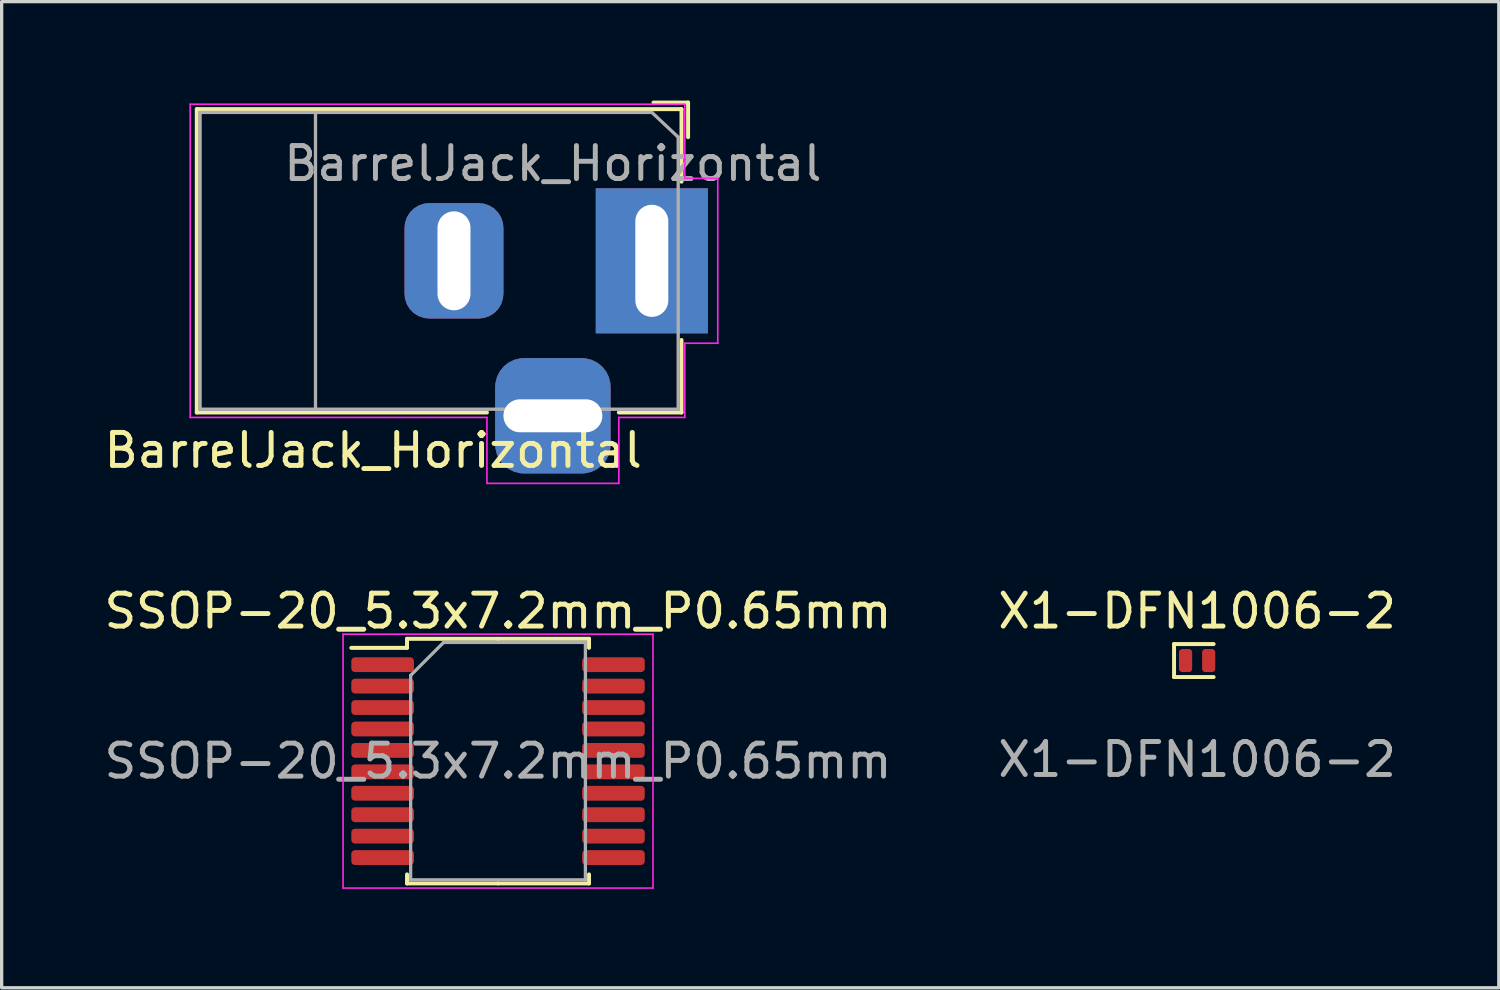
<source format=kicad_pcb>
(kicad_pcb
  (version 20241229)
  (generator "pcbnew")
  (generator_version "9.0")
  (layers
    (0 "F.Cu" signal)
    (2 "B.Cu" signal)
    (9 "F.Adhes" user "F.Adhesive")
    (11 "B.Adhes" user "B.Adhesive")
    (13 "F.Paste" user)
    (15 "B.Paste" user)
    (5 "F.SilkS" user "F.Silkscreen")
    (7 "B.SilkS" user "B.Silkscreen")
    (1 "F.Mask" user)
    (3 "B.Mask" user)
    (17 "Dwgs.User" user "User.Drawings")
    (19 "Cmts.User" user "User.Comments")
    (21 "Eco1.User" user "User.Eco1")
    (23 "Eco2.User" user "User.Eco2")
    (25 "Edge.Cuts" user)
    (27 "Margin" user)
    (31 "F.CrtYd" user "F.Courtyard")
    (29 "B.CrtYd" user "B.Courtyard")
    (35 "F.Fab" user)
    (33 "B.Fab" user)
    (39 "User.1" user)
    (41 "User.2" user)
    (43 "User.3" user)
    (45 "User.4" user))
  (footprint "SSOP-20_5.3x7.2mm_P0.65mm"
    (layer "F.Cu")
    (at 12.054 20.033)
    (property "Reference" "SSOP-20_5.3x7.2mm_P0.65mm" (at 0 -4.55 0) (layer "F.SilkS") (effects (font (size 1 1) (thickness 0.15))))
    (attr smd)
    (fp_line (start -2.76 -3.71) (end -2.76 -3.435) (stroke (width 0.12) (type solid)) (layer "F.SilkS"))
    (fp_line (start -2.76 -3.435) (end -4.45 -3.435) (stroke (width 0.12) (type solid)) (layer "F.SilkS"))
    (fp_line (start -2.76 3.71) (end -2.76 3.435) (stroke (width 0.12) (type solid)) (layer "F.SilkS"))
    (fp_line (start 0 -3.71) (end -2.76 -3.71) (stroke (width 0.12) (type solid)) (layer "F.SilkS"))
    (fp_line (start 0 -3.71) (end 2.76 -3.71) (stroke (width 0.12) (type solid)) (layer "F.SilkS"))
    (fp_line (start 0 3.71) (end -2.76 3.71) (stroke (width 0.12) (type solid)) (layer "F.SilkS"))
    (fp_line (start 0 3.71) (end 2.76 3.71) (stroke (width 0.12) (type solid)) (layer "F.SilkS"))
    (fp_line (start 2.76 -3.71) (end 2.76 -3.435) (stroke (width 0.12) (type solid)) (layer "F.SilkS"))
    (fp_line (start 2.76 3.71) (end 2.76 3.435) (stroke (width 0.12) (type solid)) (layer "F.SilkS"))
    (fp_line (start -4.7 -3.85) (end -4.7 3.85) (stroke (width 0.05) (type solid)) (layer "F.CrtYd"))
    (fp_line (start -4.7 3.85) (end 4.7 3.85) (stroke (width 0.05) (type solid)) (layer "F.CrtYd"))
    (fp_line (start 4.7 -3.85) (end -4.7 -3.85) (stroke (width 0.05) (type solid)) (layer "F.CrtYd"))
    (fp_line (start 4.7 3.85) (end 4.7 -3.85) (stroke (width 0.05) (type solid)) (layer "F.CrtYd"))
    (fp_line (start -2.65 -2.6) (end -1.65 -3.6) (stroke (width 0.1) (type solid)) (layer "F.Fab"))
    (fp_line (start -2.65 3.6) (end -2.65 -2.6) (stroke (width 0.1) (type solid)) (layer "F.Fab"))
    (fp_line (start -1.65 -3.6) (end 2.65 -3.6) (stroke (width 0.1) (type solid)) (layer "F.Fab"))
    (fp_line (start 2.65 -3.6) (end 2.65 3.6) (stroke (width 0.1) (type solid)) (layer "F.Fab"))
    (fp_line (start 2.65 3.6) (end -2.65 3.6) (stroke (width 0.1) (type solid)) (layer "F.Fab"))
    (fp_text user "${REFERENCE}" (at 0 0 0) (layer "F.Fab") (effects (font (size 1 1) (thickness 0.15))))
    (pad "1" smd roundrect (at -3.5 -2.925) (size 1.9 0.45) (layers "F.Cu" "F.Mask" "F.Paste") (roundrect_rratio 0.25))
    (pad "2" smd roundrect (at -3.5 -2.275) (size 1.9 0.45) (layers "F.Cu" "F.Mask" "F.Paste") (roundrect_rratio 0.25))
    (pad "3" smd roundrect (at -3.5 -1.625) (size 1.9 0.45) (layers "F.Cu" "F.Mask" "F.Paste") (roundrect_rratio 0.25))
    (pad "4" smd roundrect (at -3.5 -0.975) (size 1.9 0.45) (layers "F.Cu" "F.Mask" "F.Paste") (roundrect_rratio 0.25))
    (pad "5" smd roundrect (at -3.5 -0.325) (size 1.9 0.45) (layers "F.Cu" "F.Mask" "F.Paste") (roundrect_rratio 0.25))
    (pad "6" smd roundrect (at -3.5 0.325) (size 1.9 0.45) (layers "F.Cu" "F.Mask" "F.Paste") (roundrect_rratio 0.25))
    (pad "7" smd roundrect (at -3.5 0.975) (size 1.9 0.45) (layers "F.Cu" "F.Mask" "F.Paste") (roundrect_rratio 0.25))
    (pad "8" smd roundrect (at -3.5 1.625) (size 1.9 0.45) (layers "F.Cu" "F.Mask" "F.Paste") (roundrect_rratio 0.25))
    (pad "9" smd roundrect (at -3.5 2.275) (size 1.9 0.45) (layers "F.Cu" "F.Mask" "F.Paste") (roundrect_rratio 0.25))
    (pad "10" smd roundrect (at -3.5 2.925) (size 1.9 0.45) (layers "F.Cu" "F.Mask" "F.Paste") (roundrect_rratio 0.25))
    (pad "11" smd roundrect (at 3.5 2.925) (size 1.9 0.45) (layers "F.Cu" "F.Mask" "F.Paste") (roundrect_rratio 0.25))
    (pad "12" smd roundrect (at 3.5 2.275) (size 1.9 0.45) (layers "F.Cu" "F.Mask" "F.Paste") (roundrect_rratio 0.25))
    (pad "13" smd roundrect (at 3.5 1.625) (size 1.9 0.45) (layers "F.Cu" "F.Mask" "F.Paste") (roundrect_rratio 0.25))
    (pad "14" smd roundrect (at 3.5 0.975) (size 1.9 0.45) (layers "F.Cu" "F.Mask" "F.Paste") (roundrect_rratio 0.25))
    (pad "15" smd roundrect (at 3.5 0.325) (size 1.9 0.45) (layers "F.Cu" "F.Mask" "F.Paste") (roundrect_rratio 0.25))
    (pad "16" smd roundrect (at 3.5 -0.325) (size 1.9 0.45) (layers "F.Cu" "F.Mask" "F.Paste") (roundrect_rratio 0.25))
    (pad "17" smd roundrect (at 3.5 -0.975) (size 1.9 0.45) (layers "F.Cu" "F.Mask" "F.Paste") (roundrect_rratio 0.25))
    (pad "18" smd roundrect (at 3.5 -1.625) (size 1.9 0.45) (layers "F.Cu" "F.Mask" "F.Paste") (roundrect_rratio 0.25))
    (pad "19" smd roundrect (at 3.5 -2.275) (size 1.9 0.45) (layers "F.Cu" "F.Mask" "F.Paste") (roundrect_rratio 0.25))
    (pad "20" smd roundrect (at 3.5 -2.925) (size 1.9 0.45) (layers "F.Cu" "F.Mask" "F.Paste") (roundrect_rratio 0.25)))
  (footprint "BarrelJack_Horizontal"
    (layer "F.Cu")
    (at 16.718 4.86)
    (property "Reference" "BarrelJack_Horizontal" (at -8.45 5.75 0) (layer "F.SilkS") (effects (font (size 1 1) (thickness 0.15))))
    (attr through_hole)
    (fp_line (start -13.8 -4.6) (end 0.9 -4.6) (stroke (width 0.12) (type solid)) (layer "F.SilkS"))
    (fp_line (start -13.8 4.6) (end -13.8 -4.6) (stroke (width 0.12) (type solid)) (layer "F.SilkS"))
    (fp_line (start -5 4.6) (end -13.8 4.6) (stroke (width 0.12) (type solid)) (layer "F.SilkS"))
    (fp_line (start 0.05 -4.8) (end 1.1 -4.8) (stroke (width 0.12) (type solid)) (layer "F.SilkS"))
    (fp_line (start 0.9 -4.6) (end 0.9 -2.4) (stroke (width 0.12) (type solid)) (layer "F.SilkS"))
    (fp_line (start 0.9 2.4) (end 0.9 4.6) (stroke (width 0.12) (type solid)) (layer "F.SilkS"))
    (fp_line (start 0.9 4.6) (end -1 4.6) (stroke (width 0.12) (type solid)) (layer "F.SilkS"))
    (fp_line (start 1.1 -3.75) (end 1.1 -4.8) (stroke (width 0.12) (type solid)) (layer "F.SilkS"))
    (fp_line (start -14 4.75) (end -14 -4.75) (stroke (width 0.05) (type solid)) (layer "F.CrtYd"))
    (fp_line (start -5 4.75) (end -14 4.75) (stroke (width 0.05) (type solid)) (layer "F.CrtYd"))
    (fp_line (start -5 6.75) (end -5 4.75) (stroke (width 0.05) (type solid)) (layer "F.CrtYd"))
    (fp_line (start -1 4.75) (end -1 6.75) (stroke (width 0.05) (type solid)) (layer "F.CrtYd"))
    (fp_line (start -1 6.75) (end -5 6.75) (stroke (width 0.05) (type solid)) (layer "F.CrtYd"))
    (fp_line (start 1 -4.75) (end -14 -4.75) (stroke (width 0.05) (type solid)) (layer "F.CrtYd"))
    (fp_line (start 1 -4.5) (end 1 -4.75) (stroke (width 0.05) (type solid)) (layer "F.CrtYd"))
    (fp_line (start 1 -4.5) (end 1 -2.5) (stroke (width 0.05) (type solid)) (layer "F.CrtYd"))
    (fp_line (start 1 -2.5) (end 2 -2.5) (stroke (width 0.05) (type solid)) (layer "F.CrtYd"))
    (fp_line (start 1 2.5) (end 1 4.75) (stroke (width 0.05) (type solid)) (layer "F.CrtYd"))
    (fp_line (start 1 4.75) (end -1 4.75) (stroke (width 0.05) (type solid)) (layer "F.CrtYd"))
    (fp_line (start 2 -2.5) (end 2 2.5) (stroke (width 0.05) (type solid)) (layer "F.CrtYd"))
    (fp_line (start 2 2.5) (end 1 2.5) (stroke (width 0.05) (type solid)) (layer "F.CrtYd"))
    (fp_line (start -13.7 -4.5) (end -13.7 4.5) (stroke (width 0.1) (type solid)) (layer "F.Fab"))
    (fp_line (start -13.7 4.5) (end 0.8 4.5) (stroke (width 0.1) (type solid)) (layer "F.Fab"))
    (fp_line (start -10.2 -4.5) (end -10.2 4.5) (stroke (width 0.1) (type solid)) (layer "F.Fab"))
    (fp_line (start -0.003 -4.505) (end 0.8 -3.75) (stroke (width 0.1) (type solid)) (layer "F.Fab"))
    (fp_line (start 0 -4.5) (end -13.7 -4.5) (stroke (width 0.1) (type solid)) (layer "F.Fab"))
    (fp_line (start 0.8 4.5) (end 0.8 -3.75) (stroke (width 0.1) (type solid)) (layer "F.Fab"))
    (fp_text user "${REFERENCE}" (at -3 -2.95 0) (layer "F.Fab") (effects (font (size 1 1) (thickness 0.15))))
    (pad "1" thru_hole rect (at 0 0) (size 3.4 4.4) (drill oval 1 3.4) (layers "*.Cu" "*.Mask"))
    (pad "2" thru_hole roundrect (at -6 0) (size 3 3.5) (drill oval 1 3) (layers "*.Cu" "*.Mask") (roundrect_rratio 0.25))
    (pad "3" thru_hole roundrect (at -3 4.7) (size 3.5 3.5) (drill oval 3 1) (layers "*.Cu" "*.Mask") (roundrect_rratio 0.25)))
  (footprint "X1-DFN1006-2"
    (layer "F.Cu")
    (at 33.256 16.983)
    (property "Reference" "X1-DFN1006-2" (at 0 -1.5 0) (unlocked yes) (layer "F.SilkS") (effects (font (size 1 1) (thickness 0.15))))
    (attr smd)
    (fp_line (start -0.7 -0.5) (end -0.7 0.5) (stroke (width 0.12) (type default)) (layer "F.SilkS"))
    (fp_line (start -0.7 -0.5) (end 0.5 -0.5) (stroke (width 0.12) (type default)) (layer "F.SilkS"))
    (fp_line (start -0.7 0.5) (end 0.5 0.5) (stroke (width 0.12) (type default)) (layer "F.SilkS"))
    (fp_text user "${REFERENCE}" (at 0 3 0) (unlocked yes) (layer "F.Fab") (effects (font (size 1 1) (thickness 0.15))))
    (pad "1" smd roundrect (at -0.35 0) (size 0.4 0.7) (layers "F.Cu" "F.Mask" "F.Paste") (roundrect_rratio 0.25))
    (pad "2" smd roundrect (at 0.35 0) (size 0.4 0.7) (layers "F.Cu" "F.Mask" "F.Paste") (roundrect_rratio 0.25)))
  (gr_rect
    (start -3 -3)
    (end 42.405 26.908)
    (stroke (width 0.1) (type default))
    (fill no)
    (layer "Edge.Cuts")))
</source>
